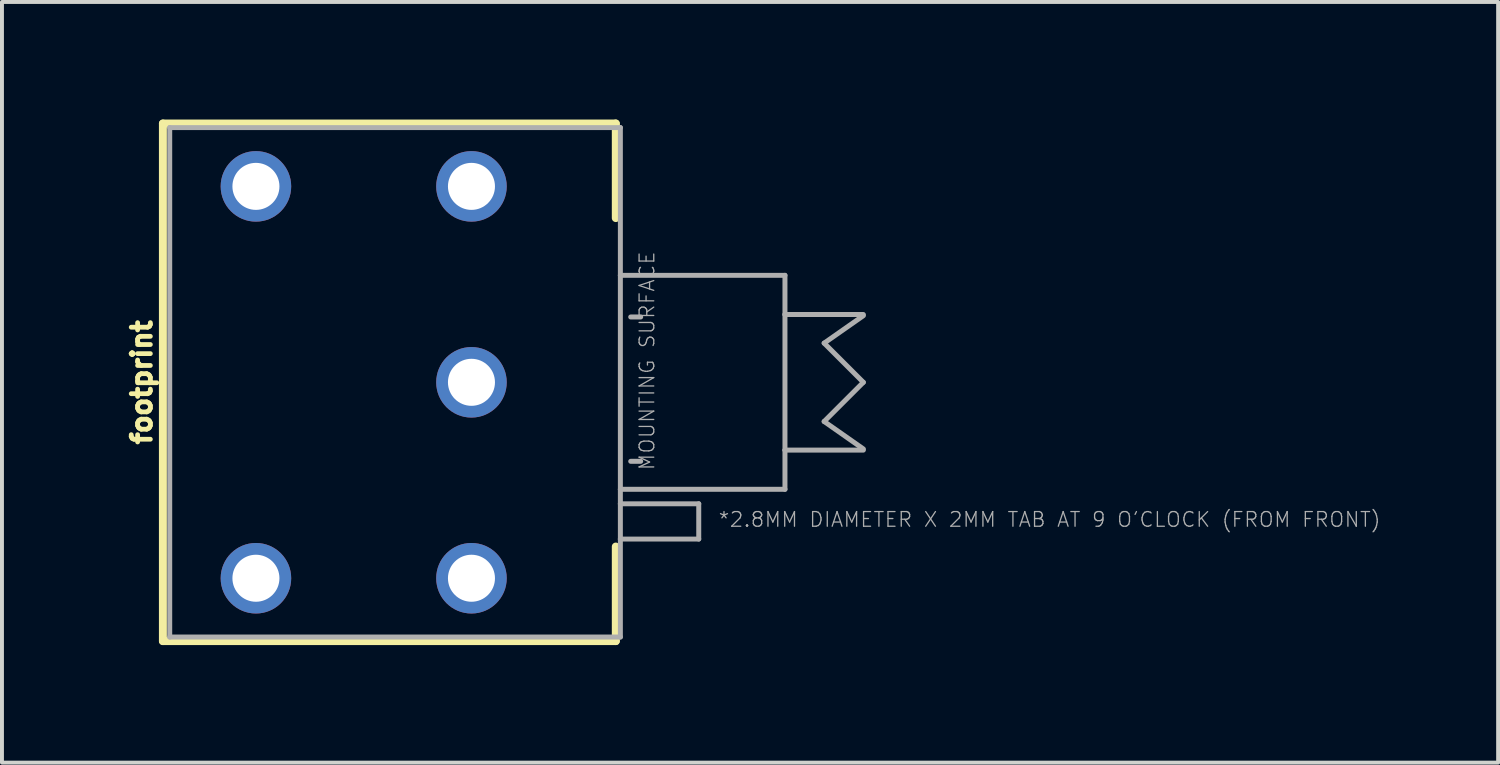
<source format=kicad_pcb>
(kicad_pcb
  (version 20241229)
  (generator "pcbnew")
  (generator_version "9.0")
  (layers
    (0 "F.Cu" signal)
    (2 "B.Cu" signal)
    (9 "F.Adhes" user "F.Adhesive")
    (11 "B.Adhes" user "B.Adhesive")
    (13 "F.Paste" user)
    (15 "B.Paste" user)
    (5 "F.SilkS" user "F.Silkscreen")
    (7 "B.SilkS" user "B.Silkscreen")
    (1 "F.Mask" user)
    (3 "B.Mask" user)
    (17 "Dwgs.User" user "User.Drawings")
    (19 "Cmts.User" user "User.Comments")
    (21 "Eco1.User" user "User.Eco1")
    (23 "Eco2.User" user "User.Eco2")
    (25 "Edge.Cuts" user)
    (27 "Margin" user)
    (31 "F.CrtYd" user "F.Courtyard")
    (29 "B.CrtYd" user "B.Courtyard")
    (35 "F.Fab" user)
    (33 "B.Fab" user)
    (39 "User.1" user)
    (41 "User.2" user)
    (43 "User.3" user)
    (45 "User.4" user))
  (footprint "footprint"
    (layer "F.Cu")
    (at 8.981 6.706)
    (property "Reference" "footprint" (at -8.128 0 90) (layer "F.SilkS") (effects (font (size 0.488 0.488) (thickness 0.122)) (justify bottom)))
    (fp_line (start -7.874 -6.604) (end 3.683 -6.604) (stroke (width 0.203) (type solid)) (layer "F.SilkS"))
    (fp_line (start -7.874 6.604) (end -7.874 -6.604) (stroke (width 0.203) (type solid)) (layer "F.SilkS"))
    (fp_line (start -7.874 6.604) (end 3.683 6.604) (stroke (width 0.203) (type solid)) (layer "F.SilkS"))
    (fp_line (start 3.683 -6.604) (end 3.683 -4.191) (stroke (width 0.203) (type solid)) (layer "F.SilkS"))
    (fp_line (start 3.683 6.604) (end 3.683 4.191) (stroke (width 0.203) (type solid)) (layer "F.SilkS"))
    (fp_line (start -7.7 -6.5) (end -7.7 6.5) (stroke (width 0.127) (type solid)) (layer "F.Fab"))
    (fp_line (start -7.7 -6.5) (end 3.8 -6.5) (stroke (width 0.127) (type solid)) (layer "F.Fab"))
    (fp_line (start -7.7 6.5) (end 3.8 6.5) (stroke (width 0.127) (type solid)) (layer "F.Fab"))
    (fp_line (start 3.8 -6.5) (end 3.8 -2.73) (stroke (width 0.127) (type solid)) (layer "F.Fab"))
    (fp_line (start 3.8 -2.73) (end 3.8 2.73) (stroke (width 0.127) (type solid)) (layer "F.Fab"))
    (fp_line (start 3.8 -2.73) (end 8 -2.73) (stroke (width 0.127) (type solid)) (layer "F.Fab"))
    (fp_line (start 3.8 2.73) (end 3.8 3.1) (stroke (width 0.127) (type solid)) (layer "F.Fab"))
    (fp_line (start 3.8 3.1) (end 3.8 4) (stroke (width 0.127) (type solid)) (layer "F.Fab"))
    (fp_line (start 3.8 3.1) (end 5.8 3.1) (stroke (width 0.127) (type solid)) (layer "F.Fab"))
    (fp_line (start 3.8 4) (end 3.8 6.5) (stroke (width 0.127) (type solid)) (layer "F.Fab"))
    (fp_line (start 4.318 -1.667) (end 4.064 -1.667) (stroke (width 0.127) (type solid)) (layer "F.Fab"))
    (fp_line (start 4.318 2.016) (end 4.064 2.016) (stroke (width 0.127) (type solid)) (layer "F.Fab"))
    (fp_line (start 5.8 3.1) (end 5.8 4) (stroke (width 0.127) (type solid)) (layer "F.Fab"))
    (fp_line (start 5.8 4) (end 3.8 4) (stroke (width 0.127) (type solid)) (layer "F.Fab"))
    (fp_line (start 8 -2.73) (end 8 -1.73) (stroke (width 0.127) (type solid)) (layer "F.Fab"))
    (fp_line (start 8 -1.73) (end 8 1.73) (stroke (width 0.127) (type solid)) (layer "F.Fab"))
    (fp_line (start 8 -1.73) (end 10 -1.73) (stroke (width 0.127) (type solid)) (layer "F.Fab"))
    (fp_line (start 8 1.73) (end 8 2.73) (stroke (width 0.127) (type solid)) (layer "F.Fab"))
    (fp_line (start 8 2.73) (end 3.8 2.73) (stroke (width 0.127) (type solid)) (layer "F.Fab"))
    (fp_line (start 9 -1) (end 10 0) (stroke (width 0.127) (type solid)) (layer "F.Fab"))
    (fp_line (start 9 1) (end 10 1.7) (stroke (width 0.127) (type solid)) (layer "F.Fab"))
    (fp_line (start 10 -1.7) (end 9 -1) (stroke (width 0.127) (type solid)) (layer "F.Fab"))
    (fp_line (start 10 0) (end 9 1) (stroke (width 0.127) (type solid)) (layer "F.Fab"))
    (fp_line (start 10 1.73) (end 8 1.73) (stroke (width 0.127) (type solid)) (layer "F.Fab"))
    (fp_text user "*2.8MM DIAMETER X 2MM TAB AT 9 O'CLOCK (FROM FRONT)" (at 6.28 3.72 0) (layer "F.Fab") (effects (font (size 0.374 0.374) (thickness 0.033)) (justify left bottom)))
    (fp_text user "MOUNTING SURFACE" (at 4.699 2.27 90) (layer "F.Fab") (effects (font (size 0.374 0.374) (thickness 0.033)) (justify left bottom)))
    (pad "1" thru_hole circle (at 0 5) (size 1.8 1.8) (drill 1.2) (layers "*.Cu" "*.Mask"))
    (pad "2" thru_hole circle (at 0 0) (size 1.8 1.8) (drill 1.2) (layers "*.Cu" "*.Mask"))
    (pad "3" thru_hole circle (at 0 -5) (size 1.8 1.8) (drill 1.2) (layers "*.Cu" "*.Mask"))
    (pad "S1" thru_hole circle (at -5.5 -5) (size 1.8 1.8) (drill 1.2) (layers "*.Cu" "*.Mask"))
    (pad "S2" thru_hole circle (at -5.5 5) (size 1.8 1.8) (drill 1.2) (layers "*.Cu" "*.Mask")))
  (gr_rect
    (start -3 -3)
    (end 35.18 16.411)
    (stroke (width 0.1) (type default))
    (fill no)
    (layer "Edge.Cuts")))
</source>
